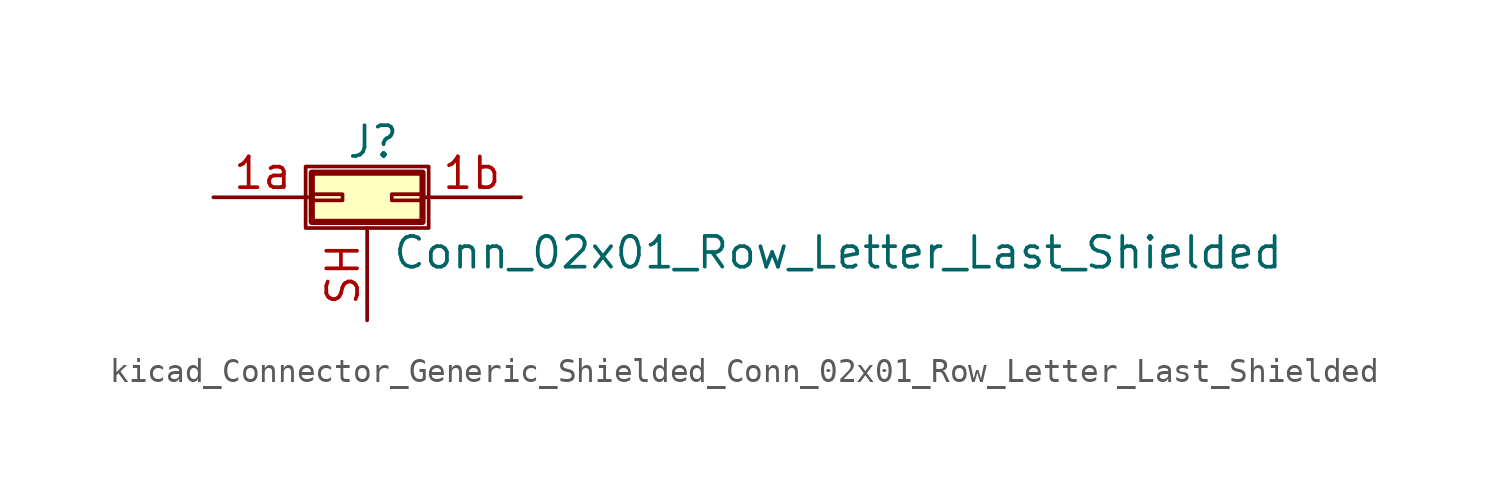
<source format=kicad_sym>
(kicad_symbol_lib
  (version 20220914)
  (generator kicad_symbol_editor)
  (symbol "kicad_Connector_Generic_Shielded_Conn_02x01_Row_Letter_Last_Shielded"
    (pin_names
      (offset 1.016) hide)
    (property "Reference" "J"
      (at 1.524 2.286 0)
      (effects (font (size 1.27 1.27))))
    (property "Value" "Conn_02x01_Row_Letter_Last_Shielded"
      (at 2.286 -2.286 0)
      (effects (font (size 1.27 1.27)) (justify left)))
    (symbol "kicad_Connector_Generic_Shielded_Conn_02x01_Row_Letter_Last_Shielded_1_1"
      (rectangle (start -1.27 1.27) (end 3.81 -1.27) (stroke (width 0.152) (type default)) (fill (type none)))
      (rectangle (start -1.016 0.127) (end 0.254 -0.127) (stroke (width 0.152) (type default)) (fill (type none)))
      (rectangle (start -1.016 1.016) (end 3.556 -1.016) (stroke (width 0.254) (type default)) (fill (type background)))
      (rectangle (start 3.556 0.127) (end 2.286 -0.127) (stroke (width 0.152) (type default)) (fill (type none)))
      (pin passive line (at -5.08 0 0) (length 4.064) (name "Pin_1a" (effects (font (size 1.27 1.27)))) (number "1a" (effects (font (size 1.27 1.27)))))
      (pin passive line (at 7.62 0 180) (length 4.064) (name "Pin_1b" (effects (font (size 1.27 1.27)))) (number "1b" (effects (font (size 1.27 1.27)))))
      (pin passive line (at 1.27 -5.08 90) (length 3.81) (name "Shield" (effects (font (size 1.27 1.27)))) (number "SH" (effects (font (size 1.27 1.27))))))))
</source>
